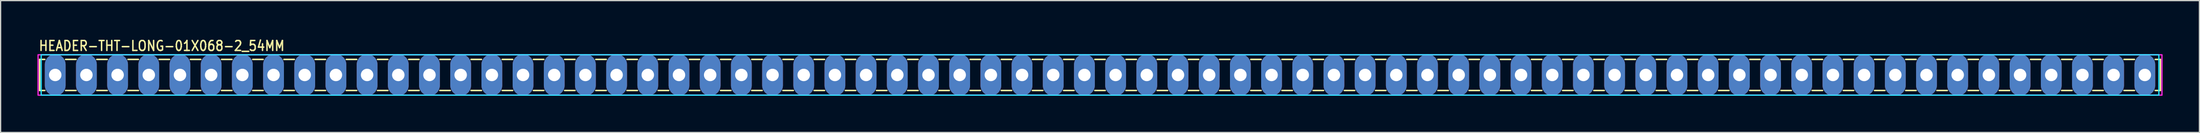
<source format=kicad_pcb>
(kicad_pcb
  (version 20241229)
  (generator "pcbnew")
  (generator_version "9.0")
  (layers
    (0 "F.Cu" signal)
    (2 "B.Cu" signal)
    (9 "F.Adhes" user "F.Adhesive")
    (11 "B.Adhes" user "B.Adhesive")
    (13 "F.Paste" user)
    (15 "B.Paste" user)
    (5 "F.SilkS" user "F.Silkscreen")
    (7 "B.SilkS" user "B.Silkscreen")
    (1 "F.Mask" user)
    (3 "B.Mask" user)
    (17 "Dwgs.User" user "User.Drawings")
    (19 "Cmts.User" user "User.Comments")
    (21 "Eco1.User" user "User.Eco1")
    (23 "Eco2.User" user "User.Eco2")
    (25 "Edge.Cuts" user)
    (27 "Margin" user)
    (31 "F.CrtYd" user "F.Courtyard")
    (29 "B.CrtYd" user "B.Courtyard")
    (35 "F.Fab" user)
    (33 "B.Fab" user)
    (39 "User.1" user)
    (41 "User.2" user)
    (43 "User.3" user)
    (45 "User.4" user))
  (footprint "HEADER-THT-LONG-01X068-2_54MM"
    (layer "F.Cu")
    (at 1.447 3.079)
    (property "Reference" "HEADER-THT-LONG-01X068-2_54MM" (at -1.4 -1.9 0) (unlocked yes) (layer "F.SilkS") (effects (font (size 0.813 0.695) (thickness 0.122)) (justify left bottom)))
    (fp_line (start -1.27 -1.27) (end -1.27 1.27) (stroke (width 0.127) (type solid)) (layer "F.SilkS"))
    (fp_line (start -1.27 1.27) (end -0.85 1.27) (stroke (width 0.127) (type solid)) (layer "F.SilkS"))
    (fp_line (start -0.85 -1.27) (end -1.27 -1.27) (stroke (width 0.127) (type solid)) (layer "F.SilkS"))
    (fp_line (start 0.85 -1.27) (end 1.69 -1.27) (stroke (width 0.127) (type solid)) (layer "F.SilkS"))
    (fp_line (start 0.85 1.27) (end 1.69 1.27) (stroke (width 0.127) (type solid)) (layer "F.SilkS"))
    (fp_line (start 3.39 -1.27) (end 4.23 -1.27) (stroke (width 0.127) (type solid)) (layer "F.SilkS"))
    (fp_line (start 3.39 1.27) (end 4.23 1.27) (stroke (width 0.127) (type solid)) (layer "F.SilkS"))
    (fp_line (start 5.93 -1.27) (end 6.77 -1.27) (stroke (width 0.127) (type solid)) (layer "F.SilkS"))
    (fp_line (start 5.93 1.27) (end 6.77 1.27) (stroke (width 0.127) (type solid)) (layer "F.SilkS"))
    (fp_line (start 8.47 -1.27) (end 9.31 -1.27) (stroke (width 0.127) (type solid)) (layer "F.SilkS"))
    (fp_line (start 8.47 1.27) (end 9.31 1.27) (stroke (width 0.127) (type solid)) (layer "F.SilkS"))
    (fp_line (start 11.01 -1.27) (end 11.85 -1.27) (stroke (width 0.127) (type solid)) (layer "F.SilkS"))
    (fp_line (start 11.01 1.27) (end 11.85 1.27) (stroke (width 0.127) (type solid)) (layer "F.SilkS"))
    (fp_line (start 13.55 -1.27) (end 14.39 -1.27) (stroke (width 0.127) (type solid)) (layer "F.SilkS"))
    (fp_line (start 13.55 1.27) (end 14.39 1.27) (stroke (width 0.127) (type solid)) (layer "F.SilkS"))
    (fp_line (start 16.09 -1.27) (end 16.93 -1.27) (stroke (width 0.127) (type solid)) (layer "F.SilkS"))
    (fp_line (start 16.09 1.27) (end 16.93 1.27) (stroke (width 0.127) (type solid)) (layer "F.SilkS"))
    (fp_line (start 18.63 -1.27) (end 19.47 -1.27) (stroke (width 0.127) (type solid)) (layer "F.SilkS"))
    (fp_line (start 18.63 1.27) (end 19.47 1.27) (stroke (width 0.127) (type solid)) (layer "F.SilkS"))
    (fp_line (start 21.17 -1.27) (end 22.01 -1.27) (stroke (width 0.127) (type solid)) (layer "F.SilkS"))
    (fp_line (start 21.17 1.27) (end 22.01 1.27) (stroke (width 0.127) (type solid)) (layer "F.SilkS"))
    (fp_line (start 23.71 -1.27) (end 24.55 -1.27) (stroke (width 0.127) (type solid)) (layer "F.SilkS"))
    (fp_line (start 23.71 1.27) (end 24.55 1.27) (stroke (width 0.127) (type solid)) (layer "F.SilkS"))
    (fp_line (start 26.25 -1.27) (end 27.09 -1.27) (stroke (width 0.127) (type solid)) (layer "F.SilkS"))
    (fp_line (start 26.25 1.27) (end 27.09 1.27) (stroke (width 0.127) (type solid)) (layer "F.SilkS"))
    (fp_line (start 28.79 -1.27) (end 29.63 -1.27) (stroke (width 0.127) (type solid)) (layer "F.SilkS"))
    (fp_line (start 28.79 1.27) (end 29.63 1.27) (stroke (width 0.127) (type solid)) (layer "F.SilkS"))
    (fp_line (start 31.33 -1.27) (end 32.17 -1.27) (stroke (width 0.127) (type solid)) (layer "F.SilkS"))
    (fp_line (start 31.33 1.27) (end 32.17 1.27) (stroke (width 0.127) (type solid)) (layer "F.SilkS"))
    (fp_line (start 33.87 -1.27) (end 34.71 -1.27) (stroke (width 0.127) (type solid)) (layer "F.SilkS"))
    (fp_line (start 33.87 1.27) (end 34.71 1.27) (stroke (width 0.127) (type solid)) (layer "F.SilkS"))
    (fp_line (start 36.41 -1.27) (end 37.25 -1.27) (stroke (width 0.127) (type solid)) (layer "F.SilkS"))
    (fp_line (start 36.41 1.27) (end 37.25 1.27) (stroke (width 0.127) (type solid)) (layer "F.SilkS"))
    (fp_line (start 38.95 -1.27) (end 39.79 -1.27) (stroke (width 0.127) (type solid)) (layer "F.SilkS"))
    (fp_line (start 38.95 1.27) (end 39.79 1.27) (stroke (width 0.127) (type solid)) (layer "F.SilkS"))
    (fp_line (start 41.49 -1.27) (end 42.33 -1.27) (stroke (width 0.127) (type solid)) (layer "F.SilkS"))
    (fp_line (start 41.49 1.27) (end 42.33 1.27) (stroke (width 0.127) (type solid)) (layer "F.SilkS"))
    (fp_line (start 44.03 -1.27) (end 44.87 -1.27) (stroke (width 0.127) (type solid)) (layer "F.SilkS"))
    (fp_line (start 44.03 1.27) (end 44.87 1.27) (stroke (width 0.127) (type solid)) (layer "F.SilkS"))
    (fp_line (start 46.57 -1.27) (end 47.41 -1.27) (stroke (width 0.127) (type solid)) (layer "F.SilkS"))
    (fp_line (start 46.57 1.27) (end 47.41 1.27) (stroke (width 0.127) (type solid)) (layer "F.SilkS"))
    (fp_line (start 49.11 -1.27) (end 49.95 -1.27) (stroke (width 0.127) (type solid)) (layer "F.SilkS"))
    (fp_line (start 49.11 1.27) (end 49.95 1.27) (stroke (width 0.127) (type solid)) (layer "F.SilkS"))
    (fp_line (start 51.65 -1.27) (end 52.49 -1.27) (stroke (width 0.127) (type solid)) (layer "F.SilkS"))
    (fp_line (start 51.65 1.27) (end 52.49 1.27) (stroke (width 0.127) (type solid)) (layer "F.SilkS"))
    (fp_line (start 54.19 -1.27) (end 55.03 -1.27) (stroke (width 0.127) (type solid)) (layer "F.SilkS"))
    (fp_line (start 54.19 1.27) (end 55.03 1.27) (stroke (width 0.127) (type solid)) (layer "F.SilkS"))
    (fp_line (start 56.73 -1.27) (end 57.57 -1.27) (stroke (width 0.127) (type solid)) (layer "F.SilkS"))
    (fp_line (start 56.73 1.27) (end 57.57 1.27) (stroke (width 0.127) (type solid)) (layer "F.SilkS"))
    (fp_line (start 59.27 -1.27) (end 60.11 -1.27) (stroke (width 0.127) (type solid)) (layer "F.SilkS"))
    (fp_line (start 59.27 1.27) (end 60.11 1.27) (stroke (width 0.127) (type solid)) (layer "F.SilkS"))
    (fp_line (start 61.81 -1.27) (end 62.65 -1.27) (stroke (width 0.127) (type solid)) (layer "F.SilkS"))
    (fp_line (start 61.81 1.27) (end 62.65 1.27) (stroke (width 0.127) (type solid)) (layer "F.SilkS"))
    (fp_line (start 64.35 -1.27) (end 65.19 -1.27) (stroke (width 0.127) (type solid)) (layer "F.SilkS"))
    (fp_line (start 64.35 1.27) (end 65.19 1.27) (stroke (width 0.127) (type solid)) (layer "F.SilkS"))
    (fp_line (start 66.89 -1.27) (end 67.73 -1.27) (stroke (width 0.127) (type solid)) (layer "F.SilkS"))
    (fp_line (start 66.89 1.27) (end 67.73 1.27) (stroke (width 0.127) (type solid)) (layer "F.SilkS"))
    (fp_line (start 69.43 -1.27) (end 70.27 -1.27) (stroke (width 0.127) (type solid)) (layer "F.SilkS"))
    (fp_line (start 69.43 1.27) (end 70.27 1.27) (stroke (width 0.127) (type solid)) (layer "F.SilkS"))
    (fp_line (start 71.97 -1.27) (end 72.81 -1.27) (stroke (width 0.127) (type solid)) (layer "F.SilkS"))
    (fp_line (start 71.97 1.27) (end 72.81 1.27) (stroke (width 0.127) (type solid)) (layer "F.SilkS"))
    (fp_line (start 74.51 -1.27) (end 75.35 -1.27) (stroke (width 0.127) (type solid)) (layer "F.SilkS"))
    (fp_line (start 74.51 1.27) (end 75.35 1.27) (stroke (width 0.127) (type solid)) (layer "F.SilkS"))
    (fp_line (start 77.05 -1.27) (end 77.89 -1.27) (stroke (width 0.127) (type solid)) (layer "F.SilkS"))
    (fp_line (start 77.05 1.27) (end 77.89 1.27) (stroke (width 0.127) (type solid)) (layer "F.SilkS"))
    (fp_line (start 79.59 -1.27) (end 80.43 -1.27) (stroke (width 0.127) (type solid)) (layer "F.SilkS"))
    (fp_line (start 79.59 1.27) (end 80.43 1.27) (stroke (width 0.127) (type solid)) (layer "F.SilkS"))
    (fp_line (start 82.13 -1.27) (end 82.97 -1.27) (stroke (width 0.127) (type solid)) (layer "F.SilkS"))
    (fp_line (start 82.13 1.27) (end 82.97 1.27) (stroke (width 0.127) (type solid)) (layer "F.SilkS"))
    (fp_line (start 84.67 -1.27) (end 85.51 -1.27) (stroke (width 0.127) (type solid)) (layer "F.SilkS"))
    (fp_line (start 84.67 1.27) (end 85.51 1.27) (stroke (width 0.127) (type solid)) (layer "F.SilkS"))
    (fp_line (start 87.21 -1.27) (end 88.05 -1.27) (stroke (width 0.127) (type solid)) (layer "F.SilkS"))
    (fp_line (start 87.21 1.27) (end 88.05 1.27) (stroke (width 0.127) (type solid)) (layer "F.SilkS"))
    (fp_line (start 89.75 -1.27) (end 90.59 -1.27) (stroke (width 0.127) (type solid)) (layer "F.SilkS"))
    (fp_line (start 89.75 1.27) (end 90.59 1.27) (stroke (width 0.127) (type solid)) (layer "F.SilkS"))
    (fp_line (start 92.29 -1.27) (end 93.13 -1.27) (stroke (width 0.127) (type solid)) (layer "F.SilkS"))
    (fp_line (start 92.29 1.27) (end 93.13 1.27) (stroke (width 0.127) (type solid)) (layer "F.SilkS"))
    (fp_line (start 94.83 -1.27) (end 95.67 -1.27) (stroke (width 0.127) (type solid)) (layer "F.SilkS"))
    (fp_line (start 94.83 1.27) (end 95.67 1.27) (stroke (width 0.127) (type solid)) (layer "F.SilkS"))
    (fp_line (start 97.37 -1.27) (end 98.21 -1.27) (stroke (width 0.127) (type solid)) (layer "F.SilkS"))
    (fp_line (start 97.37 1.27) (end 98.21 1.27) (stroke (width 0.127) (type solid)) (layer "F.SilkS"))
    (fp_line (start 99.91 -1.27) (end 100.75 -1.27) (stroke (width 0.127) (type solid)) (layer "F.SilkS"))
    (fp_line (start 99.91 1.27) (end 100.75 1.27) (stroke (width 0.127) (type solid)) (layer "F.SilkS"))
    (fp_line (start 102.45 -1.27) (end 103.29 -1.27) (stroke (width 0.127) (type solid)) (layer "F.SilkS"))
    (fp_line (start 102.45 1.27) (end 103.29 1.27) (stroke (width 0.127) (type solid)) (layer "F.SilkS"))
    (fp_line (start 104.99 -1.27) (end 105.83 -1.27) (stroke (width 0.127) (type solid)) (layer "F.SilkS"))
    (fp_line (start 104.99 1.27) (end 105.83 1.27) (stroke (width 0.127) (type solid)) (layer "F.SilkS"))
    (fp_line (start 107.53 -1.27) (end 108.37 -1.27) (stroke (width 0.127) (type solid)) (layer "F.SilkS"))
    (fp_line (start 107.53 1.27) (end 108.37 1.27) (stroke (width 0.127) (type solid)) (layer "F.SilkS"))
    (fp_line (start 110.07 -1.27) (end 110.91 -1.27) (stroke (width 0.127) (type solid)) (layer "F.SilkS"))
    (fp_line (start 110.07 1.27) (end 110.91 1.27) (stroke (width 0.127) (type solid)) (layer "F.SilkS"))
    (fp_line (start 112.61 -1.27) (end 113.45 -1.27) (stroke (width 0.127) (type solid)) (layer "F.SilkS"))
    (fp_line (start 112.61 1.27) (end 113.45 1.27) (stroke (width 0.127) (type solid)) (layer "F.SilkS"))
    (fp_line (start 115.15 -1.27) (end 115.99 -1.27) (stroke (width 0.127) (type solid)) (layer "F.SilkS"))
    (fp_line (start 115.15 1.27) (end 115.99 1.27) (stroke (width 0.127) (type solid)) (layer "F.SilkS"))
    (fp_line (start 117.69 -1.27) (end 118.53 -1.27) (stroke (width 0.127) (type solid)) (layer "F.SilkS"))
    (fp_line (start 117.69 1.27) (end 118.53 1.27) (stroke (width 0.127) (type solid)) (layer "F.SilkS"))
    (fp_line (start 120.23 -1.27) (end 121.07 -1.27) (stroke (width 0.127) (type solid)) (layer "F.SilkS"))
    (fp_line (start 120.23 1.27) (end 121.07 1.27) (stroke (width 0.127) (type solid)) (layer "F.SilkS"))
    (fp_line (start 122.77 -1.27) (end 123.61 -1.27) (stroke (width 0.127) (type solid)) (layer "F.SilkS"))
    (fp_line (start 122.77 1.27) (end 123.61 1.27) (stroke (width 0.127) (type solid)) (layer "F.SilkS"))
    (fp_line (start 125.31 -1.27) (end 126.15 -1.27) (stroke (width 0.127) (type solid)) (layer "F.SilkS"))
    (fp_line (start 125.31 1.27) (end 126.15 1.27) (stroke (width 0.127) (type solid)) (layer "F.SilkS"))
    (fp_line (start 127.85 -1.27) (end 128.69 -1.27) (stroke (width 0.127) (type solid)) (layer "F.SilkS"))
    (fp_line (start 127.85 1.27) (end 128.69 1.27) (stroke (width 0.127) (type solid)) (layer "F.SilkS"))
    (fp_line (start 130.39 -1.27) (end 131.23 -1.27) (stroke (width 0.127) (type solid)) (layer "F.SilkS"))
    (fp_line (start 130.39 1.27) (end 131.23 1.27) (stroke (width 0.127) (type solid)) (layer "F.SilkS"))
    (fp_line (start 132.93 -1.27) (end 133.77 -1.27) (stroke (width 0.127) (type solid)) (layer "F.SilkS"))
    (fp_line (start 132.93 1.27) (end 133.77 1.27) (stroke (width 0.127) (type solid)) (layer "F.SilkS"))
    (fp_line (start 135.47 -1.27) (end 136.31 -1.27) (stroke (width 0.127) (type solid)) (layer "F.SilkS"))
    (fp_line (start 135.47 1.27) (end 136.31 1.27) (stroke (width 0.127) (type solid)) (layer "F.SilkS"))
    (fp_line (start 138.01 -1.27) (end 138.85 -1.27) (stroke (width 0.127) (type solid)) (layer "F.SilkS"))
    (fp_line (start 138.01 1.27) (end 138.85 1.27) (stroke (width 0.127) (type solid)) (layer "F.SilkS"))
    (fp_line (start 140.55 -1.27) (end 141.39 -1.27) (stroke (width 0.127) (type solid)) (layer "F.SilkS"))
    (fp_line (start 140.55 1.27) (end 141.39 1.27) (stroke (width 0.127) (type solid)) (layer "F.SilkS"))
    (fp_line (start 143.09 -1.27) (end 143.93 -1.27) (stroke (width 0.127) (type solid)) (layer "F.SilkS"))
    (fp_line (start 143.09 1.27) (end 143.93 1.27) (stroke (width 0.127) (type solid)) (layer "F.SilkS"))
    (fp_line (start 145.63 -1.27) (end 146.47 -1.27) (stroke (width 0.127) (type solid)) (layer "F.SilkS"))
    (fp_line (start 145.63 1.27) (end 146.47 1.27) (stroke (width 0.127) (type solid)) (layer "F.SilkS"))
    (fp_line (start 148.17 -1.27) (end 149.01 -1.27) (stroke (width 0.127) (type solid)) (layer "F.SilkS"))
    (fp_line (start 148.17 1.27) (end 149.01 1.27) (stroke (width 0.127) (type solid)) (layer "F.SilkS"))
    (fp_line (start 150.71 -1.27) (end 151.55 -1.27) (stroke (width 0.127) (type solid)) (layer "F.SilkS"))
    (fp_line (start 150.71 1.27) (end 151.55 1.27) (stroke (width 0.127) (type solid)) (layer "F.SilkS"))
    (fp_line (start 153.25 -1.27) (end 154.09 -1.27) (stroke (width 0.127) (type solid)) (layer "F.SilkS"))
    (fp_line (start 153.25 1.27) (end 154.09 1.27) (stroke (width 0.127) (type solid)) (layer "F.SilkS"))
    (fp_line (start 155.79 -1.27) (end 156.63 -1.27) (stroke (width 0.127) (type solid)) (layer "F.SilkS"))
    (fp_line (start 155.79 1.27) (end 156.63 1.27) (stroke (width 0.127) (type solid)) (layer "F.SilkS"))
    (fp_line (start 158.33 -1.27) (end 159.17 -1.27) (stroke (width 0.127) (type solid)) (layer "F.SilkS"))
    (fp_line (start 158.33 1.27) (end 159.17 1.27) (stroke (width 0.127) (type solid)) (layer "F.SilkS"))
    (fp_line (start 160.87 -1.27) (end 161.71 -1.27) (stroke (width 0.127) (type solid)) (layer "F.SilkS"))
    (fp_line (start 160.87 1.27) (end 161.71 1.27) (stroke (width 0.127) (type solid)) (layer "F.SilkS"))
    (fp_line (start 163.41 -1.27) (end 164.25 -1.27) (stroke (width 0.127) (type solid)) (layer "F.SilkS"))
    (fp_line (start 163.41 1.27) (end 164.25 1.27) (stroke (width 0.127) (type solid)) (layer "F.SilkS"))
    (fp_line (start 165.95 -1.27) (end 166.79 -1.27) (stroke (width 0.127) (type solid)) (layer "F.SilkS"))
    (fp_line (start 165.95 1.27) (end 166.79 1.27) (stroke (width 0.127) (type solid)) (layer "F.SilkS"))
    (fp_line (start 168.49 -1.27) (end 169.33 -1.27) (stroke (width 0.127) (type solid)) (layer "F.SilkS"))
    (fp_line (start 168.49 1.27) (end 169.33 1.27) (stroke (width 0.127) (type solid)) (layer "F.SilkS"))
    (fp_line (start 171.03 -1.27) (end 171.45 -1.27) (stroke (width 0.127) (type solid)) (layer "F.SilkS"))
    (fp_line (start 171.45 -1.27) (end 171.45 1.27) (stroke (width 0.127) (type solid)) (layer "F.SilkS"))
    (fp_line (start 171.45 1.27) (end 171.03 1.27) (stroke (width 0.127) (type solid)) (layer "F.SilkS"))
    (fp_poly (pts (xy -1.143 -1.651) (xy 171.323 -1.651) (xy 171.323 1.651) (xy -1.143 1.651)) (stroke (width 0.1) (type solid)) (fill no) (layer "B.CrtYd"))
    (fp_poly (pts (xy -1.397 -1.651) (xy 171.577 -1.651) (xy 171.577 1.651) (xy -1.397 1.651)) (stroke (width 0.1) (type solid)) (fill no) (layer "F.CrtYd"))
    (pad "P$1" thru_hole oval (at 0 0 90) (size 3.387 1.693) (drill 1.016) (layers "*.Cu" "*.Mask"))
    (pad "P$2" thru_hole oval (at 2.54 0 90) (size 3.387 1.693) (drill 1.016) (layers "*.Cu" "*.Mask"))
    (pad "P$3" thru_hole oval (at 5.08 0 90) (size 3.387 1.693) (drill 1.016) (layers "*.Cu" "*.Mask"))
    (pad "P$4" thru_hole oval (at 7.62 0 90) (size 3.387 1.693) (drill 1.016) (layers "*.Cu" "*.Mask"))
    (pad "P$5" thru_hole oval (at 10.16 0 90) (size 3.387 1.693) (drill 1.016) (layers "*.Cu" "*.Mask"))
    (pad "P$6" thru_hole oval (at 12.7 0 90) (size 3.387 1.693) (drill 1.016) (layers "*.Cu" "*.Mask"))
    (pad "P$7" thru_hole oval (at 15.24 0 90) (size 3.387 1.693) (drill 1.016) (layers "*.Cu" "*.Mask"))
    (pad "P$8" thru_hole oval (at 17.78 0 90) (size 3.387 1.693) (drill 1.016) (layers "*.Cu" "*.Mask"))
    (pad "P$9" thru_hole oval (at 20.32 0 90) (size 3.387 1.693) (drill 1.016) (layers "*.Cu" "*.Mask"))
    (pad "P$10" thru_hole oval (at 22.86 0 90) (size 3.387 1.693) (drill 1.016) (layers "*.Cu" "*.Mask"))
    (pad "P$11" thru_hole oval (at 25.4 0 90) (size 3.387 1.693) (drill 1.016) (layers "*.Cu" "*.Mask"))
    (pad "P$12" thru_hole oval (at 27.94 0 90) (size 3.387 1.693) (drill 1.016) (layers "*.Cu" "*.Mask"))
    (pad "P$13" thru_hole oval (at 30.48 0 90) (size 3.387 1.693) (drill 1.016) (layers "*.Cu" "*.Mask"))
    (pad "P$14" thru_hole oval (at 33.02 0 90) (size 3.387 1.693) (drill 1.016) (layers "*.Cu" "*.Mask"))
    (pad "P$15" thru_hole oval (at 35.56 0 90) (size 3.387 1.693) (drill 1.016) (layers "*.Cu" "*.Mask"))
    (pad "P$16" thru_hole oval (at 38.1 0 90) (size 3.387 1.693) (drill 1.016) (layers "*.Cu" "*.Mask"))
    (pad "P$17" thru_hole oval (at 40.64 0 90) (size 3.387 1.693) (drill 1.016) (layers "*.Cu" "*.Mask"))
    (pad "P$18" thru_hole oval (at 43.18 0 90) (size 3.387 1.693) (drill 1.016) (layers "*.Cu" "*.Mask"))
    (pad "P$19" thru_hole oval (at 45.72 0 90) (size 3.387 1.693) (drill 1.016) (layers "*.Cu" "*.Mask"))
    (pad "P$20" thru_hole oval (at 48.26 0 90) (size 3.387 1.693) (drill 1.016) (layers "*.Cu" "*.Mask"))
    (pad "P$21" thru_hole oval (at 50.8 0 90) (size 3.387 1.693) (drill 1.016) (layers "*.Cu" "*.Mask"))
    (pad "P$22" thru_hole oval (at 53.34 0 90) (size 3.387 1.693) (drill 1.016) (layers "*.Cu" "*.Mask"))
    (pad "P$23" thru_hole oval (at 55.88 0 90) (size 3.387 1.693) (drill 1.016) (layers "*.Cu" "*.Mask"))
    (pad "P$24" thru_hole oval (at 58.42 0 90) (size 3.387 1.693) (drill 1.016) (layers "*.Cu" "*.Mask"))
    (pad "P$25" thru_hole oval (at 60.96 0 90) (size 3.387 1.693) (drill 1.016) (layers "*.Cu" "*.Mask"))
    (pad "P$26" thru_hole oval (at 63.5 0 90) (size 3.387 1.693) (drill 1.016) (layers "*.Cu" "*.Mask"))
    (pad "P$27" thru_hole oval (at 66.04 0 90) (size 3.387 1.693) (drill 1.016) (layers "*.Cu" "*.Mask"))
    (pad "P$28" thru_hole oval (at 68.58 0 90) (size 3.387 1.693) (drill 1.016) (layers "*.Cu" "*.Mask"))
    (pad "P$29" thru_hole oval (at 71.12 0 90) (size 3.387 1.693) (drill 1.016) (layers "*.Cu" "*.Mask"))
    (pad "P$30" thru_hole oval (at 73.66 0 90) (size 3.387 1.693) (drill 1.016) (layers "*.Cu" "*.Mask"))
    (pad "P$31" thru_hole oval (at 76.2 0 90) (size 3.387 1.693) (drill 1.016) (layers "*.Cu" "*.Mask"))
    (pad "P$32" thru_hole oval (at 78.74 0 90) (size 3.387 1.693) (drill 1.016) (layers "*.Cu" "*.Mask"))
    (pad "P$33" thru_hole oval (at 81.28 0 90) (size 3.387 1.693) (drill 1.016) (layers "*.Cu" "*.Mask"))
    (pad "P$34" thru_hole oval (at 83.82 0 90) (size 3.387 1.693) (drill 1.016) (layers "*.Cu" "*.Mask"))
    (pad "P$35" thru_hole oval (at 86.36 0 90) (size 3.387 1.693) (drill 1.016) (layers "*.Cu" "*.Mask"))
    (pad "P$36" thru_hole oval (at 88.9 0 90) (size 3.387 1.693) (drill 1.016) (layers "*.Cu" "*.Mask"))
    (pad "P$37" thru_hole oval (at 91.44 0 90) (size 3.387 1.693) (drill 1.016) (layers "*.Cu" "*.Mask"))
    (pad "P$38" thru_hole oval (at 93.98 0 90) (size 3.387 1.693) (drill 1.016) (layers "*.Cu" "*.Mask"))
    (pad "P$39" thru_hole oval (at 96.52 0 90) (size 3.387 1.693) (drill 1.016) (layers "*.Cu" "*.Mask"))
    (pad "P$40" thru_hole oval (at 99.06 0 90) (size 3.387 1.693) (drill 1.016) (layers "*.Cu" "*.Mask"))
    (pad "P$41" thru_hole oval (at 101.6 0 90) (size 3.387 1.693) (drill 1.016) (layers "*.Cu" "*.Mask"))
    (pad "P$42" thru_hole oval (at 104.14 0 90) (size 3.387 1.693) (drill 1.016) (layers "*.Cu" "*.Mask"))
    (pad "P$43" thru_hole oval (at 106.68 0 90) (size 3.387 1.693) (drill 1.016) (layers "*.Cu" "*.Mask"))
    (pad "P$44" thru_hole oval (at 109.22 0 90) (size 3.387 1.693) (drill 1.016) (layers "*.Cu" "*.Mask"))
    (pad "P$45" thru_hole oval (at 111.76 0 90) (size 3.387 1.693) (drill 1.016) (layers "*.Cu" "*.Mask"))
    (pad "P$46" thru_hole oval (at 114.3 0 90) (size 3.387 1.693) (drill 1.016) (layers "*.Cu" "*.Mask"))
    (pad "P$47" thru_hole oval (at 116.84 0 90) (size 3.387 1.693) (drill 1.016) (layers "*.Cu" "*.Mask"))
    (pad "P$48" thru_hole oval (at 119.38 0 90) (size 3.387 1.693) (drill 1.016) (layers "*.Cu" "*.Mask"))
    (pad "P$49" thru_hole oval (at 121.92 0 90) (size 3.387 1.693) (drill 1.016) (layers "*.Cu" "*.Mask"))
    (pad "P$50" thru_hole oval (at 124.46 0 90) (size 3.387 1.693) (drill 1.016) (layers "*.Cu" "*.Mask"))
    (pad "P$51" thru_hole oval (at 127 0 90) (size 3.387 1.693) (drill 1.016) (layers "*.Cu" "*.Mask"))
    (pad "P$52" thru_hole oval (at 129.54 0 90) (size 3.387 1.693) (drill 1.016) (layers "*.Cu" "*.Mask"))
    (pad "P$53" thru_hole oval (at 132.08 0 90) (size 3.387 1.693) (drill 1.016) (layers "*.Cu" "*.Mask"))
    (pad "P$54" thru_hole oval (at 134.62 0 90) (size 3.387 1.693) (drill 1.016) (layers "*.Cu" "*.Mask"))
    (pad "P$55" thru_hole oval (at 137.16 0 90) (size 3.387 1.693) (drill 1.016) (layers "*.Cu" "*.Mask"))
    (pad "P$56" thru_hole oval (at 139.7 0 90) (size 3.387 1.693) (drill 1.016) (layers "*.Cu" "*.Mask"))
    (pad "P$57" thru_hole oval (at 142.24 0 90) (size 3.387 1.693) (drill 1.016) (layers "*.Cu" "*.Mask"))
    (pad "P$58" thru_hole oval (at 144.78 0 90) (size 3.387 1.693) (drill 1.016) (layers "*.Cu" "*.Mask"))
    (pad "P$59" thru_hole oval (at 147.32 0 90) (size 3.387 1.693) (drill 1.016) (layers "*.Cu" "*.Mask"))
    (pad "P$60" thru_hole oval (at 149.86 0 90) (size 3.387 1.693) (drill 1.016) (layers "*.Cu" "*.Mask"))
    (pad "P$61" thru_hole oval (at 152.4 0 90) (size 3.387 1.693) (drill 1.016) (layers "*.Cu" "*.Mask"))
    (pad "P$62" thru_hole oval (at 154.94 0 90) (size 3.387 1.693) (drill 1.016) (layers "*.Cu" "*.Mask"))
    (pad "P$63" thru_hole oval (at 157.48 0 90) (size 3.387 1.693) (drill 1.016) (layers "*.Cu" "*.Mask"))
    (pad "P$64" thru_hole oval (at 160.02 0 90) (size 3.387 1.693) (drill 1.016) (layers "*.Cu" "*.Mask"))
    (pad "P$65" thru_hole oval (at 162.56 0 90) (size 3.387 1.693) (drill 1.016) (layers "*.Cu" "*.Mask"))
    (pad "P$66" thru_hole oval (at 165.1 0 90) (size 3.387 1.693) (drill 1.016) (layers "*.Cu" "*.Mask"))
    (pad "P$67" thru_hole oval (at 167.64 0 90) (size 3.387 1.693) (drill 1.016) (layers "*.Cu" "*.Mask"))
    (pad "P$68" thru_hole oval (at 170.18 0 90) (size 3.387 1.693) (drill 1.016) (layers "*.Cu" "*.Mask")))
  (gr_rect
    (start -3 -3)
    (end 176.074 7.78)
    (stroke (width 0.1) (type default))
    (fill no)
    (layer "Edge.Cuts")))
</source>
